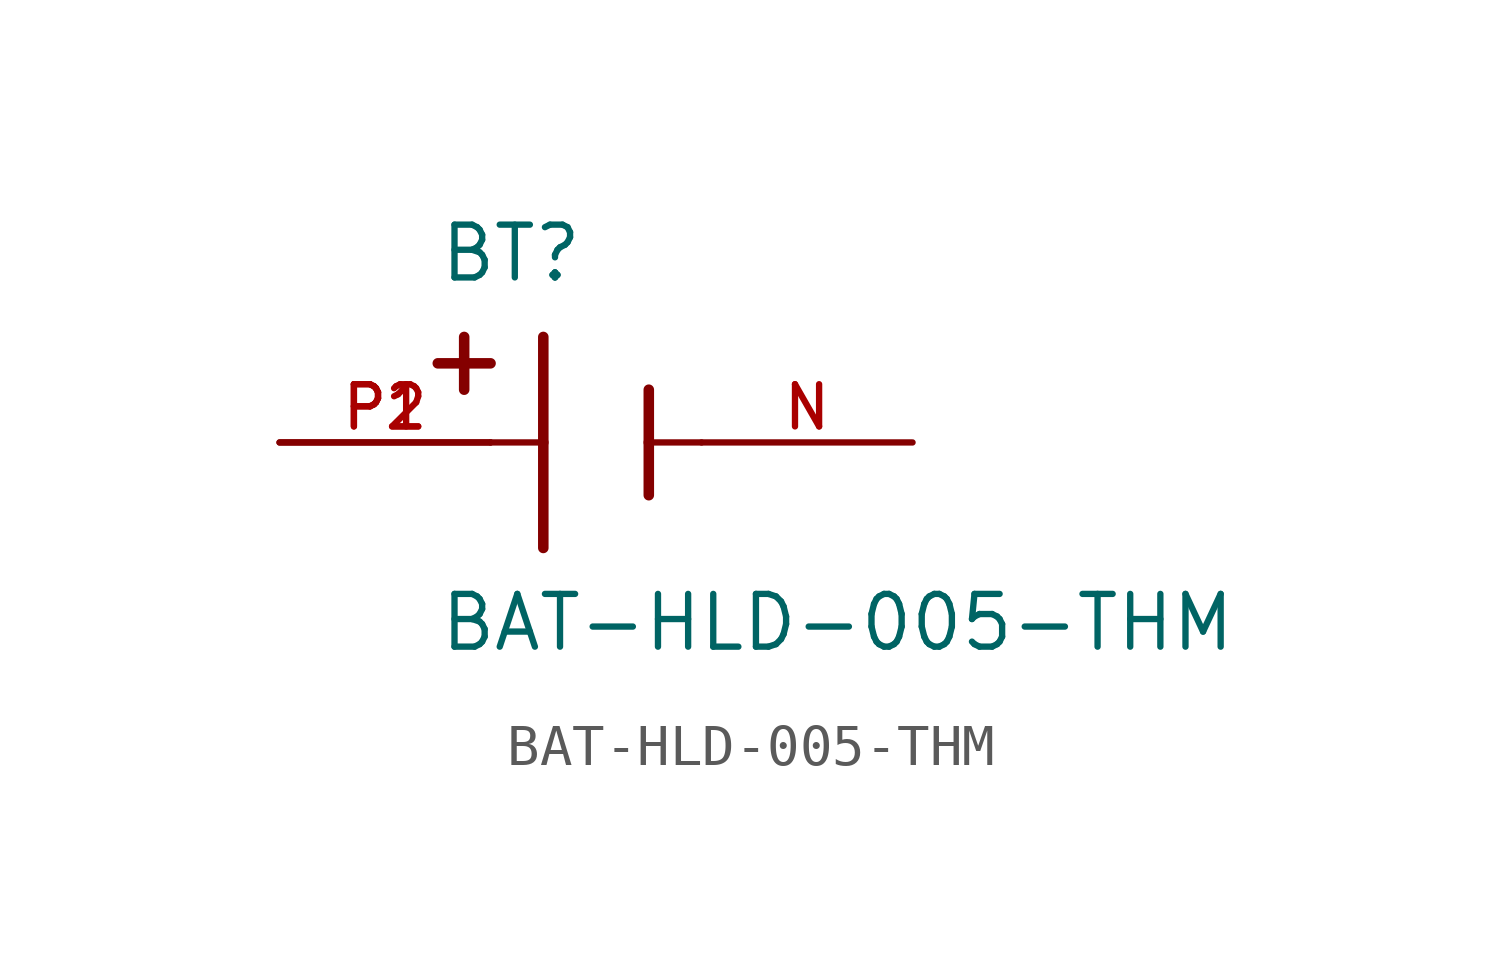
<source format=kicad_sym>
(kicad_symbol_lib
  (version 20211014)
  (generator kicad_symbol_editor)
  (symbol "BAT-HLD-005-THM"
    (pin_names
      (offset 1.016))
    (property "Reference" "BT"
      (at -3.81 3.81 0)
      (effects (font (size 1.27 1.27)) (justify bottom left)))
    (property "Value" "BAT-HLD-005-THM"
      (at -3.81 -5.08 0)
      (effects (font (size 1.27 1.27)) (justify bottom left)))
    (symbol "BAT-HLD-005-THM_0_0"
      (polyline (pts (xy -1.27 2.54) (xy -1.27 0.0)) (stroke (width 0.254)))
      (polyline (pts (xy -1.27 0.0) (xy -1.27 -2.54)) (stroke (width 0.254)))
      (polyline (pts (xy 1.27 1.27) (xy 1.27 0.0)) (stroke (width 0.254)))
      (polyline (pts (xy 1.27 0.0) (xy 1.27 -1.27)) (stroke (width 0.254)))
      (polyline (pts (xy -1.27 0.0) (xy -2.54 0.0)) (stroke (width 0.152)))
      (polyline (pts (xy 1.27 0.0) (xy 2.54 0.0)) (stroke (width 0.152)))
      (polyline (pts (xy -3.175 2.54) (xy -3.175 1.27)) (stroke (width 0.254)))
      (polyline (pts (xy -3.81 1.905) (xy -2.54 1.905)) (stroke (width 0.254)))
      (pin passive line (at -7.62 0.0 0) (length 5.08) (name "~" (effects (font (size 1.016 1.016)))) (number "P1" (effects (font (size 1.016 1.016)))))
      (pin passive line (at -7.62 0.0 0) (length 5.08) (name "~" (effects (font (size 1.016 1.016)))) (number "P2" (effects (font (size 1.016 1.016)))))
      (pin passive line (at 7.62 0.0 180.0) (length 5.08) (name "~" (effects (font (size 1.016 1.016)))) (number "N" (effects (font (size 1.016 1.016))))))))
</source>
